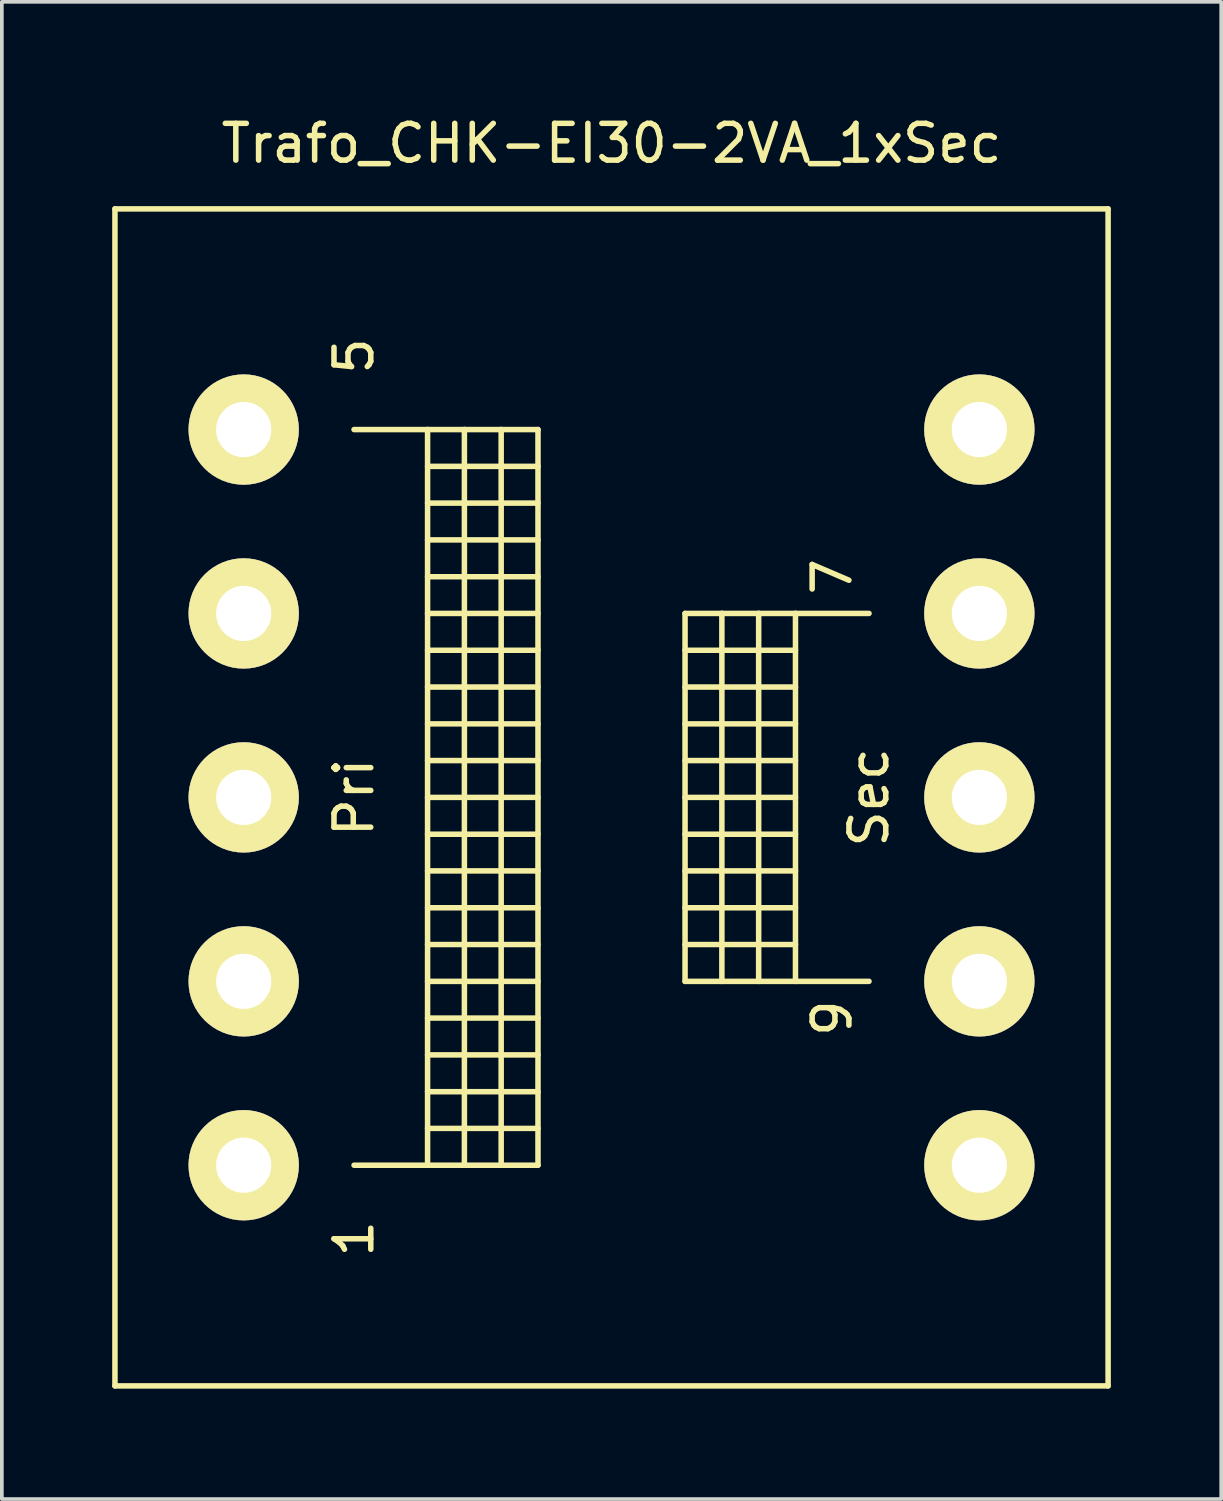
<source format=kicad_pcb>
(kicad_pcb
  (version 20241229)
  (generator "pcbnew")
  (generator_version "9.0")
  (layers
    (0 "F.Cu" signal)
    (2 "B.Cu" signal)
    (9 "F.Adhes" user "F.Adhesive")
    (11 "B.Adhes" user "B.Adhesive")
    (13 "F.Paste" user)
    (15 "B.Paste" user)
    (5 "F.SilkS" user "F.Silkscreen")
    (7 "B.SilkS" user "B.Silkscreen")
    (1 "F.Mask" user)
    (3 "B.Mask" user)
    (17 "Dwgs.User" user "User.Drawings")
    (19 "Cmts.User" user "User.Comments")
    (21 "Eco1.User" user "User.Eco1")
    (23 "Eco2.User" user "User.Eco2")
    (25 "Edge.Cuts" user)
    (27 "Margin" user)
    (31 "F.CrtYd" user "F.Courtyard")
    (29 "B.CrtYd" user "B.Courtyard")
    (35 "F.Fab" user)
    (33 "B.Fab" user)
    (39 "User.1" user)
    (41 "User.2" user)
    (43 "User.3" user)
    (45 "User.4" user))
  (footprint "Trafo_CHK-EI30-2VA_1xSec"
    (layer "F.Cu")
    (at 13.575 18.628)
    (property "Reference" "Trafo_CHK-EI30-2VA_1xSec" (at 0 -17.78 0) (layer "F.SilkS") (effects (font (size 1 1) (thickness 0.15))))
    (attr through_hole)
    (fp_line (start -13.5 -15.999) (end -13.5 15.999) (stroke (width 0.15) (type solid)) (layer "F.SilkS"))
    (fp_line (start -13.5 15.999) (end 13.5 15.999) (stroke (width 0.15) (type solid)) (layer "F.SilkS"))
    (fp_line (start -7 -10) (end -5.001 -10) (stroke (width 0.15) (type solid)) (layer "F.SilkS"))
    (fp_line (start -5.001 -10) (end -5.001 10) (stroke (width 0.15) (type solid)) (layer "F.SilkS"))
    (fp_line (start -5.001 -10) (end -4 -10) (stroke (width 0.15) (type solid)) (layer "F.SilkS"))
    (fp_line (start -5.001 -8.999) (end -1.999 -8.999) (stroke (width 0.15) (type solid)) (layer "F.SilkS"))
    (fp_line (start -5.001 -7) (end -1.999 -7) (stroke (width 0.15) (type solid)) (layer "F.SilkS"))
    (fp_line (start -5.001 -5.001) (end -1.999 -5.001) (stroke (width 0.15) (type solid)) (layer "F.SilkS"))
    (fp_line (start -5.001 -3) (end -1.999 -3) (stroke (width 0.15) (type solid)) (layer "F.SilkS"))
    (fp_line (start -5.001 -1.001) (end -1.999 -1.001) (stroke (width 0.15) (type solid)) (layer "F.SilkS"))
    (fp_line (start -5.001 1.001) (end -1.999 1.001) (stroke (width 0.15) (type solid)) (layer "F.SilkS"))
    (fp_line (start -5.001 3) (end -1.999 3) (stroke (width 0.15) (type solid)) (layer "F.SilkS"))
    (fp_line (start -5.001 5.001) (end -1.999 5.001) (stroke (width 0.15) (type solid)) (layer "F.SilkS"))
    (fp_line (start -5.001 7) (end -1.999 7) (stroke (width 0.15) (type solid)) (layer "F.SilkS"))
    (fp_line (start -5.001 8.999) (end -1.999 8.999) (stroke (width 0.15) (type solid)) (layer "F.SilkS"))
    (fp_line (start -5.001 10) (end -7 10) (stroke (width 0.15) (type solid)) (layer "F.SilkS"))
    (fp_line (start -4 -10) (end -4 10) (stroke (width 0.15) (type solid)) (layer "F.SilkS"))
    (fp_line (start -4 -10) (end -3 -10) (stroke (width 0.15) (type solid)) (layer "F.SilkS"))
    (fp_line (start -4 10) (end -5.001 10) (stroke (width 0.15) (type solid)) (layer "F.SilkS"))
    (fp_line (start -3 -10) (end -3 10) (stroke (width 0.15) (type solid)) (layer "F.SilkS"))
    (fp_line (start -3 -10) (end -1.999 -10) (stroke (width 0.15) (type solid)) (layer "F.SilkS"))
    (fp_line (start -3 10) (end -4 10) (stroke (width 0.15) (type solid)) (layer "F.SilkS"))
    (fp_line (start -1.999 -10) (end -1.999 10) (stroke (width 0.15) (type solid)) (layer "F.SilkS"))
    (fp_line (start -1.999 -8.001) (end -5.001 -8.001) (stroke (width 0.15) (type solid)) (layer "F.SilkS"))
    (fp_line (start -1.999 -5.999) (end -5.001 -5.999) (stroke (width 0.15) (type solid)) (layer "F.SilkS"))
    (fp_line (start -1.999 -4) (end -5.001 -4) (stroke (width 0.15) (type solid)) (layer "F.SilkS"))
    (fp_line (start -1.999 -1.999) (end -5.001 -1.999) (stroke (width 0.15) (type solid)) (layer "F.SilkS"))
    (fp_line (start -1.999 0) (end -5.001 0) (stroke (width 0.15) (type solid)) (layer "F.SilkS"))
    (fp_line (start -1.999 1.999) (end -5.001 1.999) (stroke (width 0.15) (type solid)) (layer "F.SilkS"))
    (fp_line (start -1.999 4) (end -5.001 4) (stroke (width 0.15) (type solid)) (layer "F.SilkS"))
    (fp_line (start -1.999 5.999) (end -5.001 5.999) (stroke (width 0.15) (type solid)) (layer "F.SilkS"))
    (fp_line (start -1.999 8.001) (end -5.001 8.001) (stroke (width 0.15) (type solid)) (layer "F.SilkS"))
    (fp_line (start -1.999 10) (end -3 10) (stroke (width 0.15) (type solid)) (layer "F.SilkS"))
    (fp_line (start 1.999 -5.001) (end 1.999 5.001) (stroke (width 0.15) (type solid)) (layer "F.SilkS"))
    (fp_line (start 1.999 -4) (end 5.001 -4) (stroke (width 0.15) (type solid)) (layer "F.SilkS"))
    (fp_line (start 1.999 -1.999) (end 5.001 -1.999) (stroke (width 0.15) (type solid)) (layer "F.SilkS"))
    (fp_line (start 1.999 0) (end 5.001 0) (stroke (width 0.15) (type solid)) (layer "F.SilkS"))
    (fp_line (start 1.999 1.999) (end 5.001 1.999) (stroke (width 0.15) (type solid)) (layer "F.SilkS"))
    (fp_line (start 1.999 4) (end 5.001 4) (stroke (width 0.15) (type solid)) (layer "F.SilkS"))
    (fp_line (start 1.999 5.001) (end 3 5.001) (stroke (width 0.15) (type solid)) (layer "F.SilkS"))
    (fp_line (start 3 -5.001) (end 1.999 -5.001) (stroke (width 0.15) (type solid)) (layer "F.SilkS"))
    (fp_line (start 3 -5.001) (end 3 5.001) (stroke (width 0.15) (type solid)) (layer "F.SilkS"))
    (fp_line (start 3 5.001) (end 4 5.001) (stroke (width 0.15) (type solid)) (layer "F.SilkS"))
    (fp_line (start 4 -5.001) (end 3 -5.001) (stroke (width 0.15) (type solid)) (layer "F.SilkS"))
    (fp_line (start 4 -5.001) (end 4 5.001) (stroke (width 0.15) (type solid)) (layer "F.SilkS"))
    (fp_line (start 4 5.001) (end 5.001 5.001) (stroke (width 0.15) (type solid)) (layer "F.SilkS"))
    (fp_line (start 5.001 -5.001) (end 4 -5.001) (stroke (width 0.15) (type solid)) (layer "F.SilkS"))
    (fp_line (start 5.001 -5.001) (end 5.001 5.001) (stroke (width 0.15) (type solid)) (layer "F.SilkS"))
    (fp_line (start 5.001 -3) (end 1.999 -3) (stroke (width 0.15) (type solid)) (layer "F.SilkS"))
    (fp_line (start 5.001 -1.001) (end 1.999 -1.001) (stroke (width 0.15) (type solid)) (layer "F.SilkS"))
    (fp_line (start 5.001 1.001) (end 1.999 1.001) (stroke (width 0.15) (type solid)) (layer "F.SilkS"))
    (fp_line (start 5.001 3) (end 1.999 3) (stroke (width 0.15) (type solid)) (layer "F.SilkS"))
    (fp_line (start 5.001 5.001) (end 7 5.001) (stroke (width 0.15) (type solid)) (layer "F.SilkS"))
    (fp_line (start 7 -5.001) (end 5.001 -5.001) (stroke (width 0.15) (type solid)) (layer "F.SilkS"))
    (fp_line (start 13.5 -15.999) (end -13.5 -15.999) (stroke (width 0.15) (type solid)) (layer "F.SilkS"))
    (fp_line (start 13.5 15.999) (end 13.5 -15.999) (stroke (width 0.15) (type solid)) (layer "F.SilkS"))
    (fp_text user "9" (at 5.999 6.002 90) (layer "F.SilkS") (effects (font (size 1 1) (thickness 0.15))))
    (fp_text user "5" (at -7 -11.999 90) (layer "F.SilkS") (effects (font (size 1 1) (thickness 0.15))))
    (fp_text user "Sec" (at 7 0 90) (layer "F.SilkS") (effects (font (size 1 1) (thickness 0.15))))
    (fp_text user "7" (at 5.999 -5.999 90) (layer "F.SilkS") (effects (font (size 1 1) (thickness 0.15))))
    (fp_text user "1" (at -7 11.999 90) (layer "F.SilkS") (effects (font (size 1 1) (thickness 0.15))))
    (fp_text user "Pri" (at -7 0 90) (layer "F.SilkS") (effects (font (size 1 1) (thickness 0.15))))
    (pad "1" thru_hole circle (at -10 10) (size 3 3) (drill 1.501) (layers "*.Cu" "*.Mask" "F.SilkS"))
    (pad "2" thru_hole circle (at -10 5.001) (size 3 3) (drill 1.501) (layers "*.Cu" "*.Mask" "F.SilkS"))
    (pad "3" thru_hole circle (at -10 0) (size 3 3) (drill 1.501) (layers "*.Cu" "*.Mask" "F.SilkS"))
    (pad "4" thru_hole circle (at -10 -5.001) (size 3 3) (drill 1.501) (layers "*.Cu" "*.Mask" "F.SilkS"))
    (pad "5" thru_hole circle (at -10 -10) (size 3 3) (drill 1.501) (layers "*.Cu" "*.Mask" "F.SilkS"))
    (pad "6" thru_hole circle (at 10 -10) (size 3 3) (drill 1.501) (layers "*.Cu" "*.Mask" "F.SilkS"))
    (pad "7" thru_hole circle (at 10 -5.001) (size 3 3) (drill 1.501) (layers "*.Cu" "*.Mask" "F.SilkS"))
    (pad "8" thru_hole circle (at 10 0) (size 3 3) (drill 1.501) (layers "*.Cu" "*.Mask" "F.SilkS"))
    (pad "9" thru_hole circle (at 10 5.001) (size 3 3) (drill 1.501) (layers "*.Cu" "*.Mask" "F.SilkS"))
    (pad "10" thru_hole circle (at 10 10) (size 3 3) (drill 1.501) (layers "*.Cu" "*.Mask" "F.SilkS")))
  (gr_rect
    (start -3 -3)
    (end 30.15 37.703)
    (stroke (width 0.1) (type default))
    (fill no)
    (layer "Edge.Cuts")))
</source>
